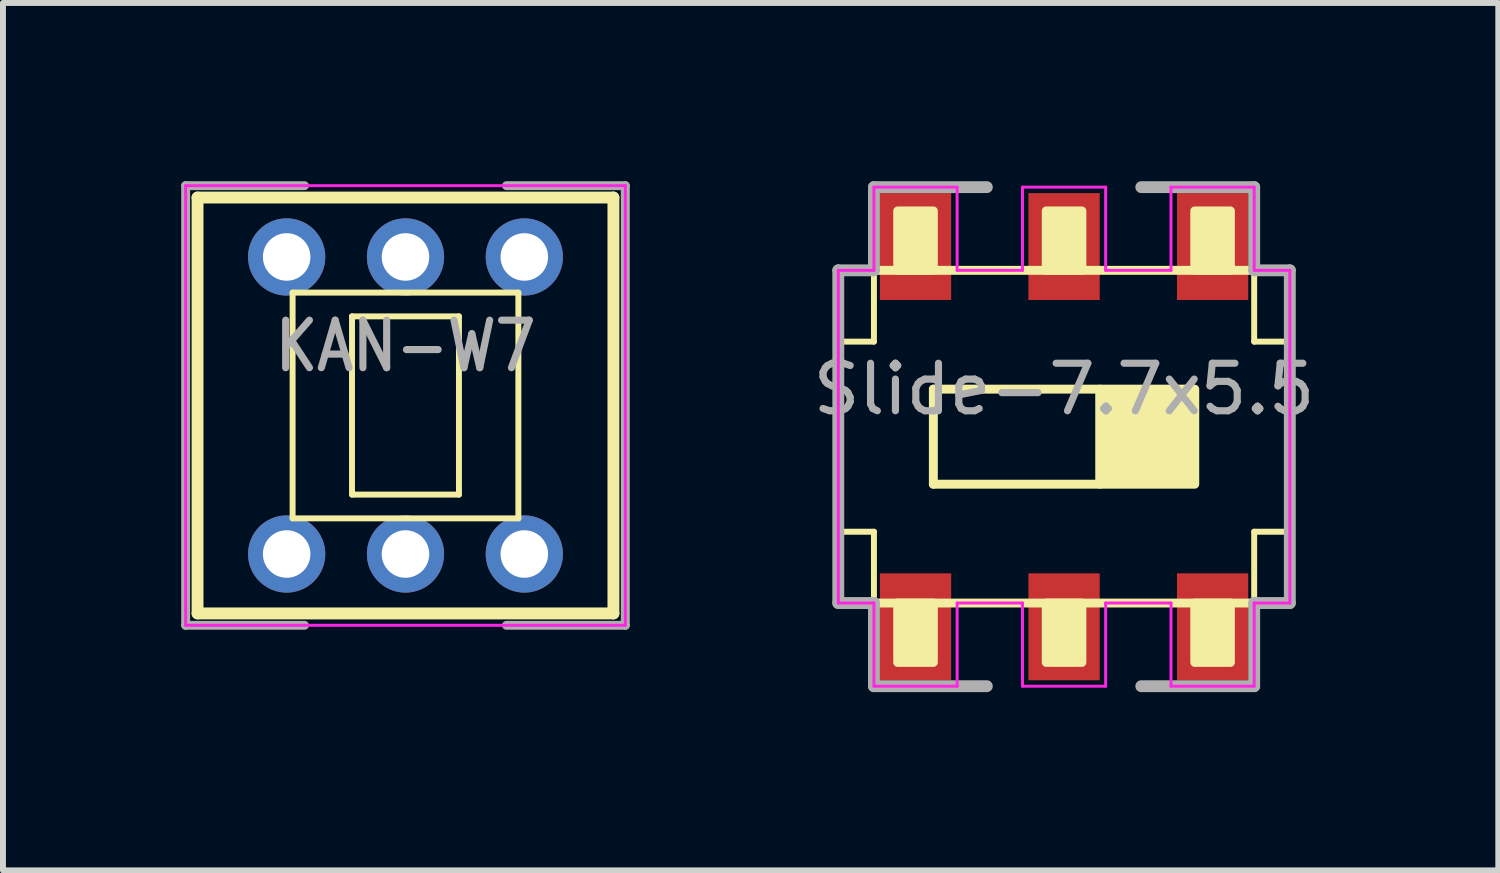
<source format=kicad_pcb>
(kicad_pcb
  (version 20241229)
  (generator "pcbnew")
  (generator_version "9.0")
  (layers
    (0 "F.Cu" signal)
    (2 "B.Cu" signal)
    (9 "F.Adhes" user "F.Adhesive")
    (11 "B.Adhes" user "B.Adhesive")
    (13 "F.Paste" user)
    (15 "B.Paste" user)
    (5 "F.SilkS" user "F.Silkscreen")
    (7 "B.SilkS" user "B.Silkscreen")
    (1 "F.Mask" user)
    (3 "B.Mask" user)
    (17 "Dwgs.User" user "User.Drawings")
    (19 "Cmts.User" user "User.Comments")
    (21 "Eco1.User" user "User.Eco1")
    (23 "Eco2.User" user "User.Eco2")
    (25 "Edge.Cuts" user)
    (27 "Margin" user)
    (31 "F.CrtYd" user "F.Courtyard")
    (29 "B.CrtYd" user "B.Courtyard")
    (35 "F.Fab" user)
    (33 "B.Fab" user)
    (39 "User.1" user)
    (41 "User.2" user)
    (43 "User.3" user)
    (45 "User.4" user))
  (footprint "KAN-W7"
    (layer "F.Cu")
    (at 3.775 3.775)
    (property "Reference" "KAN-W7" (at 0 -1 0) (layer "F.Fab") (effects (font (size 0.8 0.7) (thickness 0.12))))
    (attr through_hole)
    (fp_line (start -3.5 -3.5) (end 3.5 -3.5) (stroke (width 0.2) (type solid)) (layer "F.SilkS"))
    (fp_line (start -3.5 3.5) (end -3.5 -3.5) (stroke (width 0.2) (type solid)) (layer "F.SilkS"))
    (fp_line (start -1.9 -1.9) (end -1.9 1.9) (stroke (width 0.1) (type solid)) (layer "F.SilkS"))
    (fp_line (start -1.9 1.9) (end 1.9 1.9) (stroke (width 0.1) (type solid)) (layer "F.SilkS"))
    (fp_line (start -0.9 -1.5) (end -0.9 1.5) (stroke (width 0.1) (type solid)) (layer "F.SilkS"))
    (fp_line (start -0.9 -1.5) (end 0.9 -1.5) (stroke (width 0.1) (type solid)) (layer "F.SilkS"))
    (fp_line (start 0.9 -1.5) (end 0.9 1.5) (stroke (width 0.1) (type solid)) (layer "F.SilkS"))
    (fp_line (start 0.9 1.5) (end -0.9 1.5) (stroke (width 0.1) (type solid)) (layer "F.SilkS"))
    (fp_line (start 1.9 -1.9) (end -1.9 -1.9) (stroke (width 0.1) (type solid)) (layer "F.SilkS"))
    (fp_line (start 1.9 1.9) (end 1.9 -1.9) (stroke (width 0.1) (type solid)) (layer "F.SilkS"))
    (fp_line (start 3.5 -3.5) (end 3.5 3.5) (stroke (width 0.2) (type solid)) (layer "F.SilkS"))
    (fp_line (start 3.5 3.5) (end -3.5 3.5) (stroke (width 0.2) (type solid)) (layer "F.SilkS"))
    (fp_line (start -3.7 -3.7) (end 3.7 -3.7) (stroke (width 0.05) (type solid)) (layer "F.CrtYd"))
    (fp_line (start -3.7 3.7) (end -3.7 -3.7) (stroke (width 0.05) (type solid)) (layer "F.CrtYd"))
    (fp_line (start 3.7 -3.7) (end 3.7 3.7) (stroke (width 0.05) (type solid)) (layer "F.CrtYd"))
    (fp_line (start 3.7 3.7) (end -3.7 3.7) (stroke (width 0.05) (type solid)) (layer "F.CrtYd"))
    (fp_line (start -3.7 -3.7) (end -3.7 3.7) (stroke (width 0.15) (type solid)) (layer "F.Fab"))
    (fp_line (start -3.7 3.7) (end -1.7 3.7) (stroke (width 0.15) (type solid)) (layer "F.Fab"))
    (fp_line (start -1.7 -3.7) (end -3.7 -3.7) (stroke (width 0.15) (type solid)) (layer "F.Fab"))
    (fp_line (start 1.7 -3.7) (end 3.7 -3.7) (stroke (width 0.15) (type solid)) (layer "F.Fab"))
    (fp_line (start 3.7 -3.7) (end 3.7 3.7) (stroke (width 0.15) (type solid)) (layer "F.Fab"))
    (fp_line (start 3.7 3.7) (end 1.7 3.7) (stroke (width 0.15) (type solid)) (layer "F.Fab"))
    (pad "1" thru_hole circle (at 2 -2.5) (size 1.3 1.3) (drill 0.8) (layers "*.Cu" "*.Mask"))
    (pad "2" thru_hole circle (at 0 -2.5) (size 1.3 1.3) (drill 0.8) (layers "*.Cu" "*.Mask"))
    (pad "3" thru_hole circle (at -2 -2.5) (size 1.3 1.3) (drill 0.8) (layers "*.Cu" "*.Mask"))
    (pad "4" thru_hole circle (at 2 2.5) (size 1.3 1.3) (drill 0.8) (layers "*.Cu" "*.Mask"))
    (pad "5" thru_hole circle (at 0 2.5) (size 1.3 1.3) (drill 0.8) (layers "*.Cu" "*.Mask"))
    (pad "6" thru_hole circle (at -2 2.5) (size 1.3 1.3) (drill 0.8) (layers "*.Cu" "*.Mask")))
  (footprint "Slide-7.7x5.5"
    (layer "F.Cu")
    (at 14.86 4.3)
    (property "Reference" "Slide-7.7x5.5" (at 0 -0.8 0) (layer "F.Fab") (effects (font (size 0.8 0.8) (thickness 0.12))))
    (attr through_hole)
    (fp_line (start -3.8 -2.8) (end -3.8 2.8) (stroke (width 0.15) (type solid)) (layer "F.SilkS"))
    (fp_line (start -3.8 -2.8) (end 3.8 -2.8) (stroke (width 0.15) (type solid)) (layer "F.SilkS"))
    (fp_line (start -3.8 2.8) (end 3.8 2.8) (stroke (width 0.15) (type solid)) (layer "F.SilkS"))
    (fp_line (start -3.2 -1.6) (end -3.8 -1.6) (stroke (width 0.1) (type solid)) (layer "F.SilkS"))
    (fp_line (start -3.2 -1.6) (end -3.2 -2.8) (stroke (width 0.1) (type solid)) (layer "F.SilkS"))
    (fp_line (start -3.2 1.6) (end -3.8 1.6) (stroke (width 0.1) (type solid)) (layer "F.SilkS"))
    (fp_line (start -3.2 2.8) (end -3.2 1.6) (stroke (width 0.1) (type solid)) (layer "F.SilkS"))
    (fp_line (start -2.2 -0.8) (end 0.6 -0.8) (stroke (width 0.15) (type solid)) (layer "F.SilkS"))
    (fp_line (start -2.2 0.8) (end -2.2 -0.8) (stroke (width 0.15) (type solid)) (layer "F.SilkS"))
    (fp_line (start -2.2 0.8) (end 0.6 0.8) (stroke (width 0.15) (type solid)) (layer "F.SilkS"))
    (fp_line (start 3.2 -1.6) (end 3.2 -2.8) (stroke (width 0.1) (type solid)) (layer "F.SilkS"))
    (fp_line (start 3.2 2.8) (end 3.2 1.6) (stroke (width 0.1) (type solid)) (layer "F.SilkS"))
    (fp_line (start 3.8 -2.8) (end 3.8 2.8) (stroke (width 0.15) (type solid)) (layer "F.SilkS"))
    (fp_line (start 3.8 -1.6) (end 3.2 -1.6) (stroke (width 0.1) (type solid)) (layer "F.SilkS"))
    (fp_line (start 3.8 1.6) (end 3.2 1.6) (stroke (width 0.1) (type solid)) (layer "F.SilkS"))
    (fp_poly (pts (xy -2.2 -2.8) (xy -2.8 -2.8) (xy -2.8 -3.8) (xy -2.2 -3.8)) (stroke (width 0.15) (type solid)) (fill yes) (layer "F.SilkS"))
    (fp_poly (pts (xy -2.2 3.8) (xy -2.8 3.8) (xy -2.8 2.8) (xy -2.2 2.8)) (stroke (width 0.15) (type solid)) (fill yes) (layer "F.SilkS"))
    (fp_poly (pts (xy 0.3 -2.8) (xy -0.3 -2.8) (xy -0.3 -3.8) (xy 0.3 -3.8)) (stroke (width 0.15) (type solid)) (fill yes) (layer "F.SilkS"))
    (fp_poly (pts (xy 0.3 3.8) (xy -0.3 3.8) (xy -0.3 2.8) (xy 0.3 2.8)) (stroke (width 0.15) (type solid)) (fill yes) (layer "F.SilkS"))
    (fp_poly (pts (xy 2.2 0.8) (xy 0.6 0.8) (xy 0.6 -0.8) (xy 2.2 -0.8)) (stroke (width 0.15) (type solid)) (fill yes) (layer "F.SilkS"))
    (fp_poly (pts (xy 2.8 -2.8) (xy 2.2 -2.8) (xy 2.2 -3.8) (xy 2.8 -3.8)) (stroke (width 0.15) (type solid)) (fill yes) (layer "F.SilkS"))
    (fp_poly (pts (xy 2.8 3.8) (xy 2.2 3.8) (xy 2.2 2.8) (xy 2.8 2.8)) (stroke (width 0.15) (type solid)) (fill yes) (layer "F.SilkS"))
    (fp_line (start -3.8 -2.8) (end -3.8 2.8) (stroke (width 0.05) (type solid)) (layer "F.CrtYd"))
    (fp_line (start -3.2 -4.2) (end -3.2 -2.8) (stroke (width 0.05) (type solid)) (layer "F.CrtYd"))
    (fp_line (start -3.2 -4.2) (end -1.8 -4.2) (stroke (width 0.05) (type solid)) (layer "F.CrtYd"))
    (fp_line (start -3.2 -2.8) (end -3.8 -2.8) (stroke (width 0.05) (type solid)) (layer "F.CrtYd"))
    (fp_line (start -3.2 2.8) (end -3.8 2.8) (stroke (width 0.05) (type solid)) (layer "F.CrtYd"))
    (fp_line (start -3.2 2.8) (end -3.2 4.2) (stroke (width 0.05) (type solid)) (layer "F.CrtYd"))
    (fp_line (start -3.2 4.2) (end -1.8 4.2) (stroke (width 0.05) (type solid)) (layer "F.CrtYd"))
    (fp_line (start -1.8 -2.8) (end -1.8 -4.2) (stroke (width 0.05) (type solid)) (layer "F.CrtYd"))
    (fp_line (start -1.8 -2.8) (end -0.7 -2.8) (stroke (width 0.05) (type solid)) (layer "F.CrtYd"))
    (fp_line (start -1.8 2.8) (end -1.8 4.2) (stroke (width 0.05) (type solid)) (layer "F.CrtYd"))
    (fp_line (start -1.8 2.8) (end -0.7 2.8) (stroke (width 0.05) (type solid)) (layer "F.CrtYd"))
    (fp_line (start -0.7 -4.2) (end 0.7 -4.2) (stroke (width 0.05) (type solid)) (layer "F.CrtYd"))
    (fp_line (start -0.7 -2.8) (end -0.7 -4.2) (stroke (width 0.05) (type solid)) (layer "F.CrtYd"))
    (fp_line (start -0.7 2.8) (end -0.7 4.2) (stroke (width 0.05) (type solid)) (layer "F.CrtYd"))
    (fp_line (start -0.7 4.2) (end 0.7 4.2) (stroke (width 0.05) (type solid)) (layer "F.CrtYd"))
    (fp_line (start 0.7 -4.2) (end 0.7 -2.8) (stroke (width 0.05) (type solid)) (layer "F.CrtYd"))
    (fp_line (start 0.7 -2.8) (end 1.8 -2.8) (stroke (width 0.05) (type solid)) (layer "F.CrtYd"))
    (fp_line (start 0.7 2.8) (end 0.7 4.2) (stroke (width 0.05) (type solid)) (layer "F.CrtYd"))
    (fp_line (start 0.7 2.8) (end 1.8 2.8) (stroke (width 0.05) (type solid)) (layer "F.CrtYd"))
    (fp_line (start 1.8 -4.2) (end 3.2 -4.2) (stroke (width 0.05) (type solid)) (layer "F.CrtYd"))
    (fp_line (start 1.8 -2.8) (end 1.8 -4.2) (stroke (width 0.05) (type solid)) (layer "F.CrtYd"))
    (fp_line (start 1.8 2.8) (end 1.8 4.2) (stroke (width 0.05) (type solid)) (layer "F.CrtYd"))
    (fp_line (start 1.8 4.2) (end 3.2 4.2) (stroke (width 0.05) (type solid)) (layer "F.CrtYd"))
    (fp_line (start 3.2 -4.2) (end 3.2 -2.8) (stroke (width 0.05) (type solid)) (layer "F.CrtYd"))
    (fp_line (start 3.2 2.8) (end 3.2 4.2) (stroke (width 0.05) (type solid)) (layer "F.CrtYd"))
    (fp_line (start 3.8 -2.8) (end 3.2 -2.8) (stroke (width 0.05) (type solid)) (layer "F.CrtYd"))
    (fp_line (start 3.8 -2.8) (end 3.8 2.8) (stroke (width 0.05) (type solid)) (layer "F.CrtYd"))
    (fp_line (start 3.8 2.8) (end 3.2 2.8) (stroke (width 0.05) (type solid)) (layer "F.CrtYd"))
    (fp_line (start -3.8 -2.8) (end -3.8 2.8) (stroke (width 0.2) (type solid)) (layer "F.Fab"))
    (fp_line (start -3.2 -4.2) (end -1.3 -4.2) (stroke (width 0.2) (type solid)) (layer "F.Fab"))
    (fp_line (start -3.2 -2.8) (end -3.8 -2.8) (stroke (width 0.2) (type solid)) (layer "F.Fab"))
    (fp_line (start -3.2 -2.8) (end -3.2 -4.2) (stroke (width 0.2) (type solid)) (layer "F.Fab"))
    (fp_line (start -3.2 2.8) (end -3.8 2.8) (stroke (width 0.2) (type solid)) (layer "F.Fab"))
    (fp_line (start -3.2 2.8) (end -3.2 4.2) (stroke (width 0.2) (type solid)) (layer "F.Fab"))
    (fp_line (start -3.2 4.2) (end -1.3 4.2) (stroke (width 0.2) (type solid)) (layer "F.Fab"))
    (fp_line (start 3.2 -4.2) (end 1.3 -4.2) (stroke (width 0.2) (type solid)) (layer "F.Fab"))
    (fp_line (start 3.2 -4.2) (end 3.2 -2.8) (stroke (width 0.2) (type solid)) (layer "F.Fab"))
    (fp_line (start 3.2 2.8) (end 3.2 4.2) (stroke (width 0.2) (type solid)) (layer "F.Fab"))
    (fp_line (start 3.2 4.2) (end 1.3 4.2) (stroke (width 0.2) (type solid)) (layer "F.Fab"))
    (fp_line (start 3.8 -2.8) (end 3.2 -2.8) (stroke (width 0.2) (type solid)) (layer "F.Fab"))
    (fp_line (start 3.8 -2.8) (end 3.8 2.8) (stroke (width 0.2) (type solid)) (layer "F.Fab"))
    (fp_line (start 3.8 2.8) (end 3.2 2.8) (stroke (width 0.2) (type solid)) (layer "F.Fab"))
    (pad "1" smd rect (at -2.5 -3.2) (size 1.2 1.8) (layers "F.Cu" "F.Mask" "F.Paste"))
    (pad "2" smd rect (at 0 -3.2) (size 1.2 1.8) (layers "F.Cu" "F.Mask" "F.Paste"))
    (pad "3" smd rect (at 2.5 -3.2) (size 1.2 1.8) (layers "F.Cu" "F.Mask" "F.Paste"))
    (pad "4" smd rect (at -2.5 3.2) (size 1.2 1.8) (layers "F.Cu" "F.Mask" "F.Paste"))
    (pad "5" smd rect (at 0 3.2) (size 1.2 1.8) (layers "F.Cu" "F.Mask" "F.Paste"))
    (pad "6" smd rect (at 2.5 3.2) (size 1.2 1.8) (layers "F.Cu" "F.Mask" "F.Paste")))
  (gr_rect
    (start -3 -3)
    (end 22.169 11.6)
    (stroke (width 0.1) (type default))
    (fill no)
    (layer "Edge.Cuts")))
</source>
